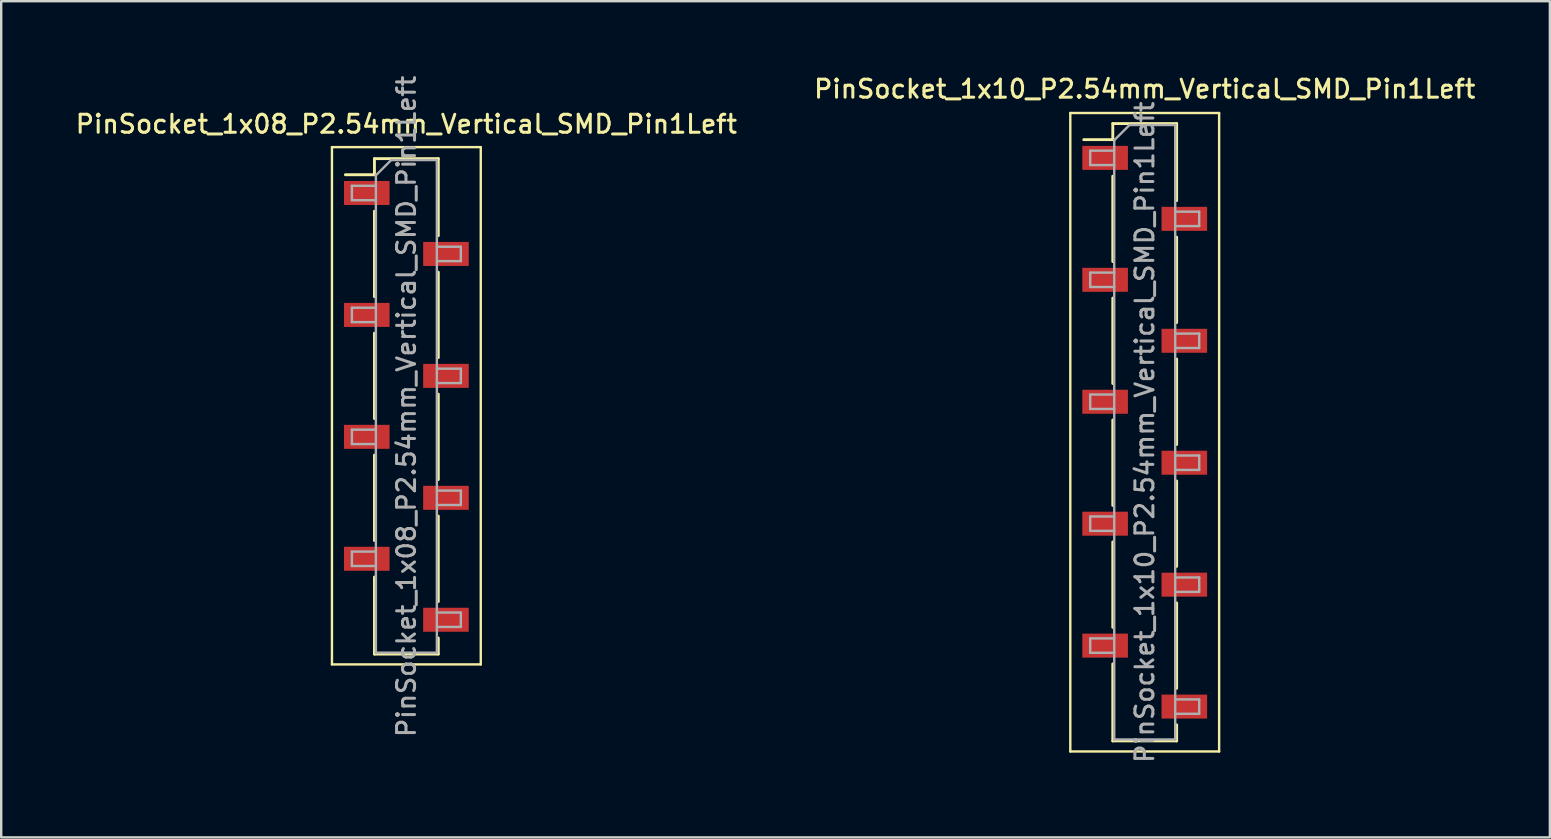
<source format=kicad_pcb>
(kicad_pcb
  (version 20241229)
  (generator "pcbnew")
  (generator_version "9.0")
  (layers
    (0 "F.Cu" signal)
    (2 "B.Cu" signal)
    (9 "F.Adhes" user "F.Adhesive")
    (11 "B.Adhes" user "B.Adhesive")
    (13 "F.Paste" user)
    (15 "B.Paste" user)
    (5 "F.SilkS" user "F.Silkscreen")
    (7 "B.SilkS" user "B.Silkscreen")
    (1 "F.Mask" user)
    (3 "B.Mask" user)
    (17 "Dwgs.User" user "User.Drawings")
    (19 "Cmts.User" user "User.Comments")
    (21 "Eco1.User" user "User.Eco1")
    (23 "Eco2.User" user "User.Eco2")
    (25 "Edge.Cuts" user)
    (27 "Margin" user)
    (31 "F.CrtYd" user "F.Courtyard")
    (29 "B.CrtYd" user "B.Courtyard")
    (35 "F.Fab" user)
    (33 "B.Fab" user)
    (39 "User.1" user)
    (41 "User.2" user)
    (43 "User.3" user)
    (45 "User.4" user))
  (footprint "PinSocket_1x10_P2.54mm_Vertical_SMD_Pin1Left"
    (layer "F.Cu")
    (at 44.641 14.958)
    (property "Reference" "PinSocket_1x10_P2.54mm_Vertical_SMD_Pin1Left" (at 0 -14.3 0) (layer "F.SilkS") (effects (font (size 0.75 0.75) (thickness 0.125))))
    (attr smd)
    (fp_line (start -3.1 -13.3) (end 3.1 -13.3) (stroke (width 0.1) (type solid)) (layer "F.SilkS"))
    (fp_line (start -3.1 13.3) (end -3.1 -13.3) (stroke (width 0.1) (type solid)) (layer "F.SilkS"))
    (fp_line (start -2.54 -12.19) (end -1.33 -12.19) (stroke (width 0.12) (type solid)) (layer "F.SilkS"))
    (fp_line (start -1.33 -12.86) (end -1.33 -12.19) (stroke (width 0.12) (type solid)) (layer "F.SilkS"))
    (fp_line (start -1.33 -12.86) (end 1.33 -12.86) (stroke (width 0.12) (type solid)) (layer "F.SilkS"))
    (fp_line (start -1.33 -10.67) (end -1.33 -7.11) (stroke (width 0.12) (type solid)) (layer "F.SilkS"))
    (fp_line (start -1.33 -5.59) (end -1.33 -2.03) (stroke (width 0.12) (type solid)) (layer "F.SilkS"))
    (fp_line (start -1.33 -0.51) (end -1.33 3.05) (stroke (width 0.12) (type solid)) (layer "F.SilkS"))
    (fp_line (start -1.33 4.57) (end -1.33 8.13) (stroke (width 0.12) (type solid)) (layer "F.SilkS"))
    (fp_line (start -1.33 9.65) (end -1.33 12.86) (stroke (width 0.12) (type solid)) (layer "F.SilkS"))
    (fp_line (start -1.33 12.86) (end 1.33 12.86) (stroke (width 0.12) (type solid)) (layer "F.SilkS"))
    (fp_line (start 1.33 -12.86) (end 1.33 -9.65) (stroke (width 0.12) (type solid)) (layer "F.SilkS"))
    (fp_line (start 1.33 -8.13) (end 1.33 -4.57) (stroke (width 0.12) (type solid)) (layer "F.SilkS"))
    (fp_line (start 1.33 -3.05) (end 1.33 0.51) (stroke (width 0.12) (type solid)) (layer "F.SilkS"))
    (fp_line (start 1.33 2.03) (end 1.33 5.59) (stroke (width 0.12) (type solid)) (layer "F.SilkS"))
    (fp_line (start 1.33 7.11) (end 1.33 10.67) (stroke (width 0.12) (type solid)) (layer "F.SilkS"))
    (fp_line (start 1.33 12.19) (end 1.33 12.86) (stroke (width 0.12) (type solid)) (layer "F.SilkS"))
    (fp_line (start 3.1 -13.3) (end 3.1 13.3) (stroke (width 0.1) (type solid)) (layer "F.SilkS"))
    (fp_line (start 3.1 13.3) (end -3.1 13.3) (stroke (width 0.1) (type solid)) (layer "F.SilkS"))
    (fp_line (start -2.27 -11.73) (end -1.27 -11.73) (stroke (width 0.1) (type solid)) (layer "F.Fab"))
    (fp_line (start -2.27 -11.13) (end -2.27 -11.73) (stroke (width 0.1) (type solid)) (layer "F.Fab"))
    (fp_line (start -2.27 -6.65) (end -1.27 -6.65) (stroke (width 0.1) (type solid)) (layer "F.Fab"))
    (fp_line (start -2.27 -6.05) (end -2.27 -6.65) (stroke (width 0.1) (type solid)) (layer "F.Fab"))
    (fp_line (start -2.27 -1.57) (end -1.27 -1.57) (stroke (width 0.1) (type solid)) (layer "F.Fab"))
    (fp_line (start -2.27 -0.97) (end -2.27 -1.57) (stroke (width 0.1) (type solid)) (layer "F.Fab"))
    (fp_line (start -2.27 3.51) (end -1.27 3.51) (stroke (width 0.1) (type solid)) (layer "F.Fab"))
    (fp_line (start -2.27 4.11) (end -2.27 3.51) (stroke (width 0.1) (type solid)) (layer "F.Fab"))
    (fp_line (start -2.27 8.59) (end -1.27 8.59) (stroke (width 0.1) (type solid)) (layer "F.Fab"))
    (fp_line (start -2.27 9.19) (end -2.27 8.59) (stroke (width 0.1) (type solid)) (layer "F.Fab"))
    (fp_line (start -1.27 -12.165) (end -0.635 -12.8) (stroke (width 0.1) (type solid)) (layer "F.Fab"))
    (fp_line (start -1.27 -11.13) (end -2.27 -11.13) (stroke (width 0.1) (type solid)) (layer "F.Fab"))
    (fp_line (start -1.27 -6.05) (end -2.27 -6.05) (stroke (width 0.1) (type solid)) (layer "F.Fab"))
    (fp_line (start -1.27 -0.97) (end -2.27 -0.97) (stroke (width 0.1) (type solid)) (layer "F.Fab"))
    (fp_line (start -1.27 4.11) (end -2.27 4.11) (stroke (width 0.1) (type solid)) (layer "F.Fab"))
    (fp_line (start -1.27 9.19) (end -2.27 9.19) (stroke (width 0.1) (type solid)) (layer "F.Fab"))
    (fp_line (start -1.27 12.8) (end -1.27 -12.165) (stroke (width 0.1) (type solid)) (layer "F.Fab"))
    (fp_line (start -0.635 -12.8) (end 1.27 -12.8) (stroke (width 0.1) (type solid)) (layer "F.Fab"))
    (fp_line (start 1.27 -12.8) (end 1.27 12.8) (stroke (width 0.1) (type solid)) (layer "F.Fab"))
    (fp_line (start 1.27 -9.19) (end 2.27 -9.19) (stroke (width 0.1) (type solid)) (layer "F.Fab"))
    (fp_line (start 1.27 -4.11) (end 2.27 -4.11) (stroke (width 0.1) (type solid)) (layer "F.Fab"))
    (fp_line (start 1.27 0.97) (end 2.27 0.97) (stroke (width 0.1) (type solid)) (layer "F.Fab"))
    (fp_line (start 1.27 6.05) (end 2.27 6.05) (stroke (width 0.1) (type solid)) (layer "F.Fab"))
    (fp_line (start 1.27 11.13) (end 2.27 11.13) (stroke (width 0.1) (type solid)) (layer "F.Fab"))
    (fp_line (start 1.27 12.8) (end -1.27 12.8) (stroke (width 0.1) (type solid)) (layer "F.Fab"))
    (fp_line (start 2.27 -9.19) (end 2.27 -8.59) (stroke (width 0.1) (type solid)) (layer "F.Fab"))
    (fp_line (start 2.27 -8.59) (end 1.27 -8.59) (stroke (width 0.1) (type solid)) (layer "F.Fab"))
    (fp_line (start 2.27 -4.11) (end 2.27 -3.51) (stroke (width 0.1) (type solid)) (layer "F.Fab"))
    (fp_line (start 2.27 -3.51) (end 1.27 -3.51) (stroke (width 0.1) (type solid)) (layer "F.Fab"))
    (fp_line (start 2.27 0.97) (end 2.27 1.57) (stroke (width 0.1) (type solid)) (layer "F.Fab"))
    (fp_line (start 2.27 1.57) (end 1.27 1.57) (stroke (width 0.1) (type solid)) (layer "F.Fab"))
    (fp_line (start 2.27 6.05) (end 2.27 6.65) (stroke (width 0.1) (type solid)) (layer "F.Fab"))
    (fp_line (start 2.27 6.65) (end 1.27 6.65) (stroke (width 0.1) (type solid)) (layer "F.Fab"))
    (fp_line (start 2.27 11.13) (end 2.27 11.73) (stroke (width 0.1) (type solid)) (layer "F.Fab"))
    (fp_line (start 2.27 11.73) (end 1.27 11.73) (stroke (width 0.1) (type solid)) (layer "F.Fab"))
    (fp_text user "${REFERENCE}" (at 0 0 90) (layer "F.Fab") (effects (font (size 0.75 0.75) (thickness 0.125))))
    (pad "1" smd rect (at -1.65 -11.43) (size 1.9 1) (layers "F.Cu" "F.Mask" "F.Paste"))
    (pad "2" smd rect (at 1.65 -8.89) (size 1.9 1) (layers "F.Cu" "F.Mask" "F.Paste"))
    (pad "3" smd rect (at -1.65 -6.35) (size 1.9 1) (layers "F.Cu" "F.Mask" "F.Paste"))
    (pad "4" smd rect (at 1.65 -3.81) (size 1.9 1) (layers "F.Cu" "F.Mask" "F.Paste"))
    (pad "5" smd rect (at -1.65 -1.27) (size 1.9 1) (layers "F.Cu" "F.Mask" "F.Paste"))
    (pad "6" smd rect (at 1.65 1.27) (size 1.9 1) (layers "F.Cu" "F.Mask" "F.Paste"))
    (pad "7" smd rect (at -1.65 3.81) (size 1.9 1) (layers "F.Cu" "F.Mask" "F.Paste"))
    (pad "8" smd rect (at 1.65 6.35) (size 1.9 1) (layers "F.Cu" "F.Mask" "F.Paste"))
    (pad "9" smd rect (at -1.65 8.89) (size 1.9 1) (layers "F.Cu" "F.Mask" "F.Paste"))
    (pad "10" smd rect (at 1.65 11.43) (size 1.9 1) (layers "F.Cu" "F.Mask" "F.Paste")))
  (footprint "PinSocket_1x08_P2.54mm_Vertical_SMD_Pin1Left"
    (layer "F.Cu")
    (at 13.88 13.88)
    (property "Reference" "PinSocket_1x08_P2.54mm_Vertical_SMD_Pin1Left" (at 0 -11.76 0) (layer "F.SilkS") (effects (font (size 0.75 0.75) (thickness 0.125))))
    (attr smd)
    (fp_line (start -3.1 -10.8) (end 3.1 -10.8) (stroke (width 0.1) (type solid)) (layer "F.SilkS"))
    (fp_line (start -3.1 10.75) (end -3.1 -10.8) (stroke (width 0.1) (type solid)) (layer "F.SilkS"))
    (fp_line (start -2.54 -9.65) (end -1.33 -9.65) (stroke (width 0.12) (type solid)) (layer "F.SilkS"))
    (fp_line (start -1.33 -10.32) (end -1.33 -9.65) (stroke (width 0.12) (type solid)) (layer "F.SilkS"))
    (fp_line (start -1.33 -10.32) (end 1.33 -10.32) (stroke (width 0.12) (type solid)) (layer "F.SilkS"))
    (fp_line (start -1.33 -8.13) (end -1.33 -4.57) (stroke (width 0.12) (type solid)) (layer "F.SilkS"))
    (fp_line (start -1.33 -3.05) (end -1.33 0.51) (stroke (width 0.12) (type solid)) (layer "F.SilkS"))
    (fp_line (start -1.33 2.03) (end -1.33 5.59) (stroke (width 0.12) (type solid)) (layer "F.SilkS"))
    (fp_line (start -1.33 7.11) (end -1.33 10.32) (stroke (width 0.12) (type solid)) (layer "F.SilkS"))
    (fp_line (start -1.33 10.32) (end 1.33 10.32) (stroke (width 0.12) (type solid)) (layer "F.SilkS"))
    (fp_line (start 1.33 -10.32) (end 1.33 -7.11) (stroke (width 0.12) (type solid)) (layer "F.SilkS"))
    (fp_line (start 1.33 -5.59) (end 1.33 -2.03) (stroke (width 0.12) (type solid)) (layer "F.SilkS"))
    (fp_line (start 1.33 -0.51) (end 1.33 3.05) (stroke (width 0.12) (type solid)) (layer "F.SilkS"))
    (fp_line (start 1.33 4.57) (end 1.33 8.13) (stroke (width 0.12) (type solid)) (layer "F.SilkS"))
    (fp_line (start 1.33 9.65) (end 1.33 10.32) (stroke (width 0.12) (type solid)) (layer "F.SilkS"))
    (fp_line (start 3.1 -10.8) (end 3.1 10.75) (stroke (width 0.1) (type solid)) (layer "F.SilkS"))
    (fp_line (start 3.1 10.75) (end -3.1 10.75) (stroke (width 0.1) (type solid)) (layer "F.SilkS"))
    (fp_line (start -2.27 -9.19) (end -1.27 -9.19) (stroke (width 0.1) (type solid)) (layer "F.Fab"))
    (fp_line (start -2.27 -8.59) (end -2.27 -9.19) (stroke (width 0.1) (type solid)) (layer "F.Fab"))
    (fp_line (start -2.27 -4.11) (end -1.27 -4.11) (stroke (width 0.1) (type solid)) (layer "F.Fab"))
    (fp_line (start -2.27 -3.51) (end -2.27 -4.11) (stroke (width 0.1) (type solid)) (layer "F.Fab"))
    (fp_line (start -2.27 0.97) (end -1.27 0.97) (stroke (width 0.1) (type solid)) (layer "F.Fab"))
    (fp_line (start -2.27 1.57) (end -2.27 0.97) (stroke (width 0.1) (type solid)) (layer "F.Fab"))
    (fp_line (start -2.27 6.05) (end -1.27 6.05) (stroke (width 0.1) (type solid)) (layer "F.Fab"))
    (fp_line (start -2.27 6.65) (end -2.27 6.05) (stroke (width 0.1) (type solid)) (layer "F.Fab"))
    (fp_line (start -1.27 -9.625) (end -0.635 -10.26) (stroke (width 0.1) (type solid)) (layer "F.Fab"))
    (fp_line (start -1.27 -8.59) (end -2.27 -8.59) (stroke (width 0.1) (type solid)) (layer "F.Fab"))
    (fp_line (start -1.27 -3.51) (end -2.27 -3.51) (stroke (width 0.1) (type solid)) (layer "F.Fab"))
    (fp_line (start -1.27 1.57) (end -2.27 1.57) (stroke (width 0.1) (type solid)) (layer "F.Fab"))
    (fp_line (start -1.27 6.65) (end -2.27 6.65) (stroke (width 0.1) (type solid)) (layer "F.Fab"))
    (fp_line (start -1.27 10.26) (end -1.27 -9.625) (stroke (width 0.1) (type solid)) (layer "F.Fab"))
    (fp_line (start -0.635 -10.26) (end 1.27 -10.26) (stroke (width 0.1) (type solid)) (layer "F.Fab"))
    (fp_line (start 1.27 -10.26) (end 1.27 10.26) (stroke (width 0.1) (type solid)) (layer "F.Fab"))
    (fp_line (start 1.27 -6.65) (end 2.27 -6.65) (stroke (width 0.1) (type solid)) (layer "F.Fab"))
    (fp_line (start 1.27 -1.57) (end 2.27 -1.57) (stroke (width 0.1) (type solid)) (layer "F.Fab"))
    (fp_line (start 1.27 3.51) (end 2.27 3.51) (stroke (width 0.1) (type solid)) (layer "F.Fab"))
    (fp_line (start 1.27 8.59) (end 2.27 8.59) (stroke (width 0.1) (type solid)) (layer "F.Fab"))
    (fp_line (start 1.27 10.26) (end -1.27 10.26) (stroke (width 0.1) (type solid)) (layer "F.Fab"))
    (fp_line (start 2.27 -6.65) (end 2.27 -6.05) (stroke (width 0.1) (type solid)) (layer "F.Fab"))
    (fp_line (start 2.27 -6.05) (end 1.27 -6.05) (stroke (width 0.1) (type solid)) (layer "F.Fab"))
    (fp_line (start 2.27 -1.57) (end 2.27 -0.97) (stroke (width 0.1) (type solid)) (layer "F.Fab"))
    (fp_line (start 2.27 -0.97) (end 1.27 -0.97) (stroke (width 0.1) (type solid)) (layer "F.Fab"))
    (fp_line (start 2.27 3.51) (end 2.27 4.11) (stroke (width 0.1) (type solid)) (layer "F.Fab"))
    (fp_line (start 2.27 4.11) (end 1.27 4.11) (stroke (width 0.1) (type solid)) (layer "F.Fab"))
    (fp_line (start 2.27 8.59) (end 2.27 9.19) (stroke (width 0.1) (type solid)) (layer "F.Fab"))
    (fp_line (start 2.27 9.19) (end 1.27 9.19) (stroke (width 0.1) (type solid)) (layer "F.Fab"))
    (fp_text user "${REFERENCE}" (at 0 0 90) (layer "F.Fab") (effects (font (size 0.75 0.75) (thickness 0.125))))
    (pad "1" smd rect (at -1.65 -8.89) (size 1.9 1) (layers "F.Cu" "F.Mask" "F.Paste"))
    (pad "2" smd rect (at 1.65 -6.35) (size 1.9 1) (layers "F.Cu" "F.Mask" "F.Paste"))
    (pad "3" smd rect (at -1.65 -3.81) (size 1.9 1) (layers "F.Cu" "F.Mask" "F.Paste"))
    (pad "4" smd rect (at 1.65 -1.27) (size 1.9 1) (layers "F.Cu" "F.Mask" "F.Paste"))
    (pad "5" smd rect (at -1.65 1.27) (size 1.9 1) (layers "F.Cu" "F.Mask" "F.Paste"))
    (pad "6" smd rect (at 1.65 3.81) (size 1.9 1) (layers "F.Cu" "F.Mask" "F.Paste"))
    (pad "7" smd rect (at -1.65 6.35) (size 1.9 1) (layers "F.Cu" "F.Mask" "F.Paste"))
    (pad "8" smd rect (at 1.65 8.89) (size 1.9 1) (layers "F.Cu" "F.Mask" "F.Paste")))
  (gr_rect
    (start -3 -3)
    (end 61.521 31.838)
    (stroke (width 0.1) (type default))
    (fill no)
    (layer "Edge.Cuts")))
</source>
